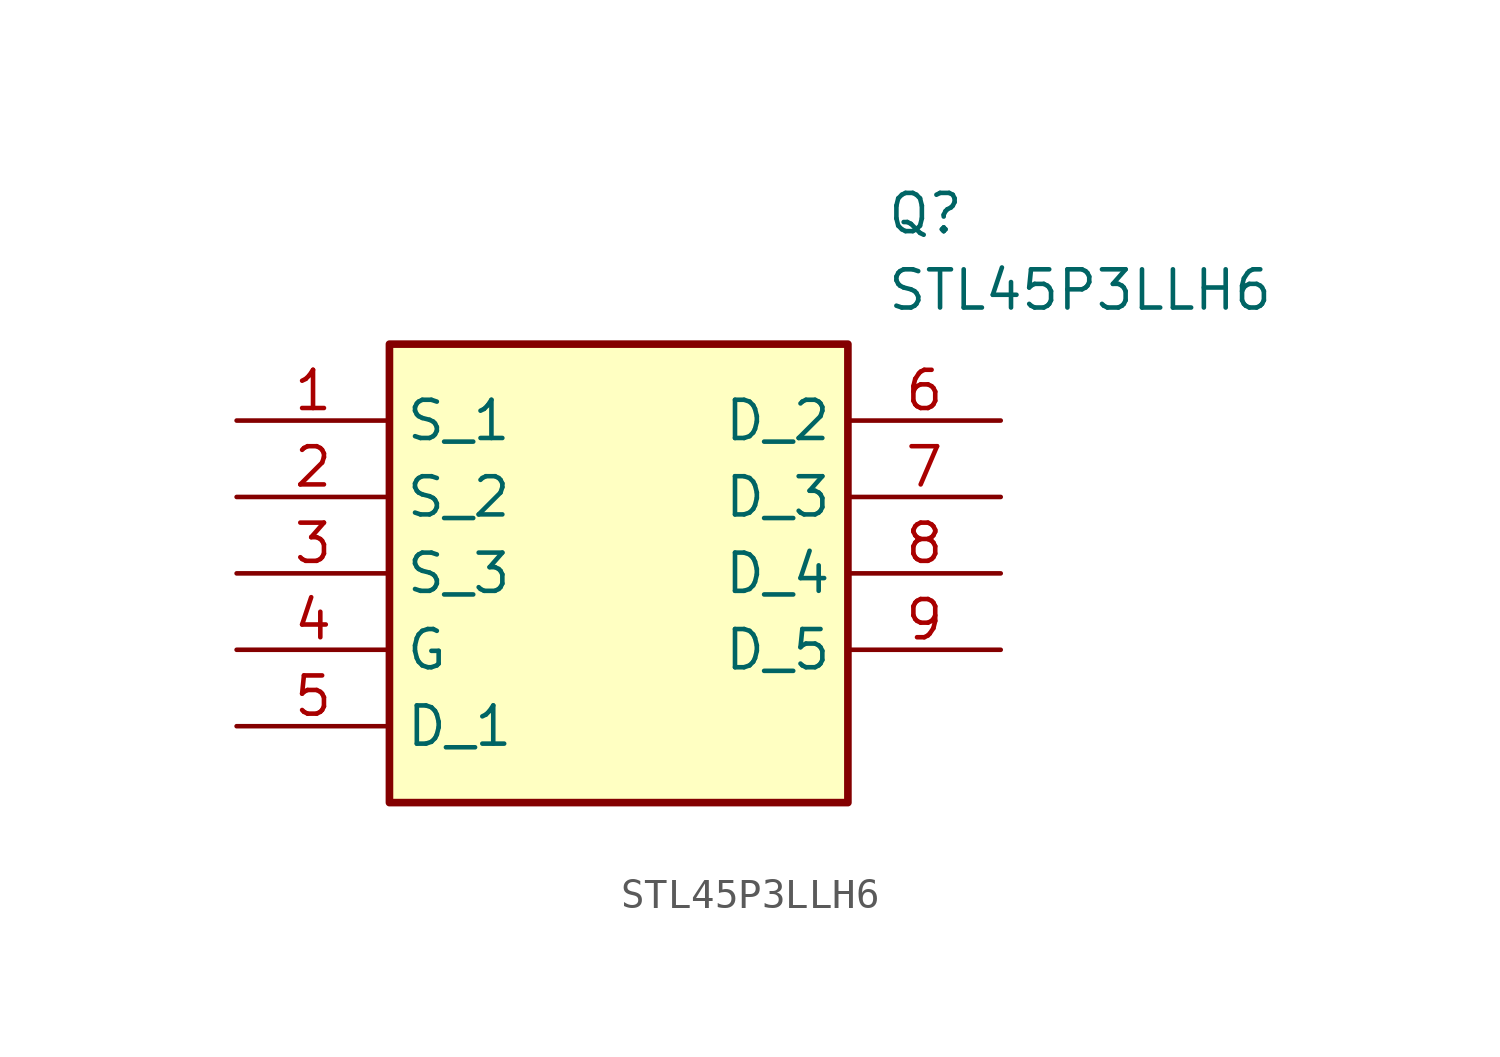
<source format=kicad_sym>
(kicad_symbol_lib
  (version 20211014)
  (generator SamacSys_ECAD_Model)
  (symbol "STL45P3LLH6"
    (property "Reference" "Q"
      (at 21.59 7.62 0)
      (effects (font (size 1.27 1.27)) (justify left top)))
    (property "Value" "STL45P3LLH6"
      (at 21.59 5.08 0)
      (effects (font (size 1.27 1.27)) (justify left top)))
    (rectangle
      (start 5.08 2.54)
      (end 20.32 -12.7)
      (stroke (width 0.254) (type default))
      (fill (type background)))
    (pin passive line
      (at 0 0 0)
      (length 5.08)
      (name "S_1" (effects (font (size 1.27 1.27))))
      (number "1" (effects (font (size 1.27 1.27)))))
    (pin passive line
      (at 0 -2.54 0)
      (length 5.08)
      (name "S_2" (effects (font (size 1.27 1.27))))
      (number "2" (effects (font (size 1.27 1.27)))))
    (pin passive line
      (at 0 -5.08 0)
      (length 5.08)
      (name "S_3" (effects (font (size 1.27 1.27))))
      (number "3" (effects (font (size 1.27 1.27)))))
    (pin passive line
      (at 0 -7.62 0)
      (length 5.08)
      (name "G" (effects (font (size 1.27 1.27))))
      (number "4" (effects (font (size 1.27 1.27)))))
    (pin passive line
      (at 0 -10.16 0)
      (length 5.08)
      (name "D_1" (effects (font (size 1.27 1.27))))
      (number "5" (effects (font (size 1.27 1.27)))))
    (pin passive line
      (at 25.4 0 180)
      (length 5.08)
      (name "D_2" (effects (font (size 1.27 1.27))))
      (number "6" (effects (font (size 1.27 1.27)))))
    (pin passive line
      (at 25.4 -2.54 180)
      (length 5.08)
      (name "D_3" (effects (font (size 1.27 1.27))))
      (number "7" (effects (font (size 1.27 1.27)))))
    (pin passive line
      (at 25.4 -5.08 180)
      (length 5.08)
      (name "D_4" (effects (font (size 1.27 1.27))))
      (number "8" (effects (font (size 1.27 1.27)))))
    (pin passive line
      (at 25.4 -7.62 180)
      (length 5.08)
      (name "D_5" (effects (font (size 1.27 1.27))))
      (number "9" (effects (font (size 1.27 1.27)))))))
</source>
